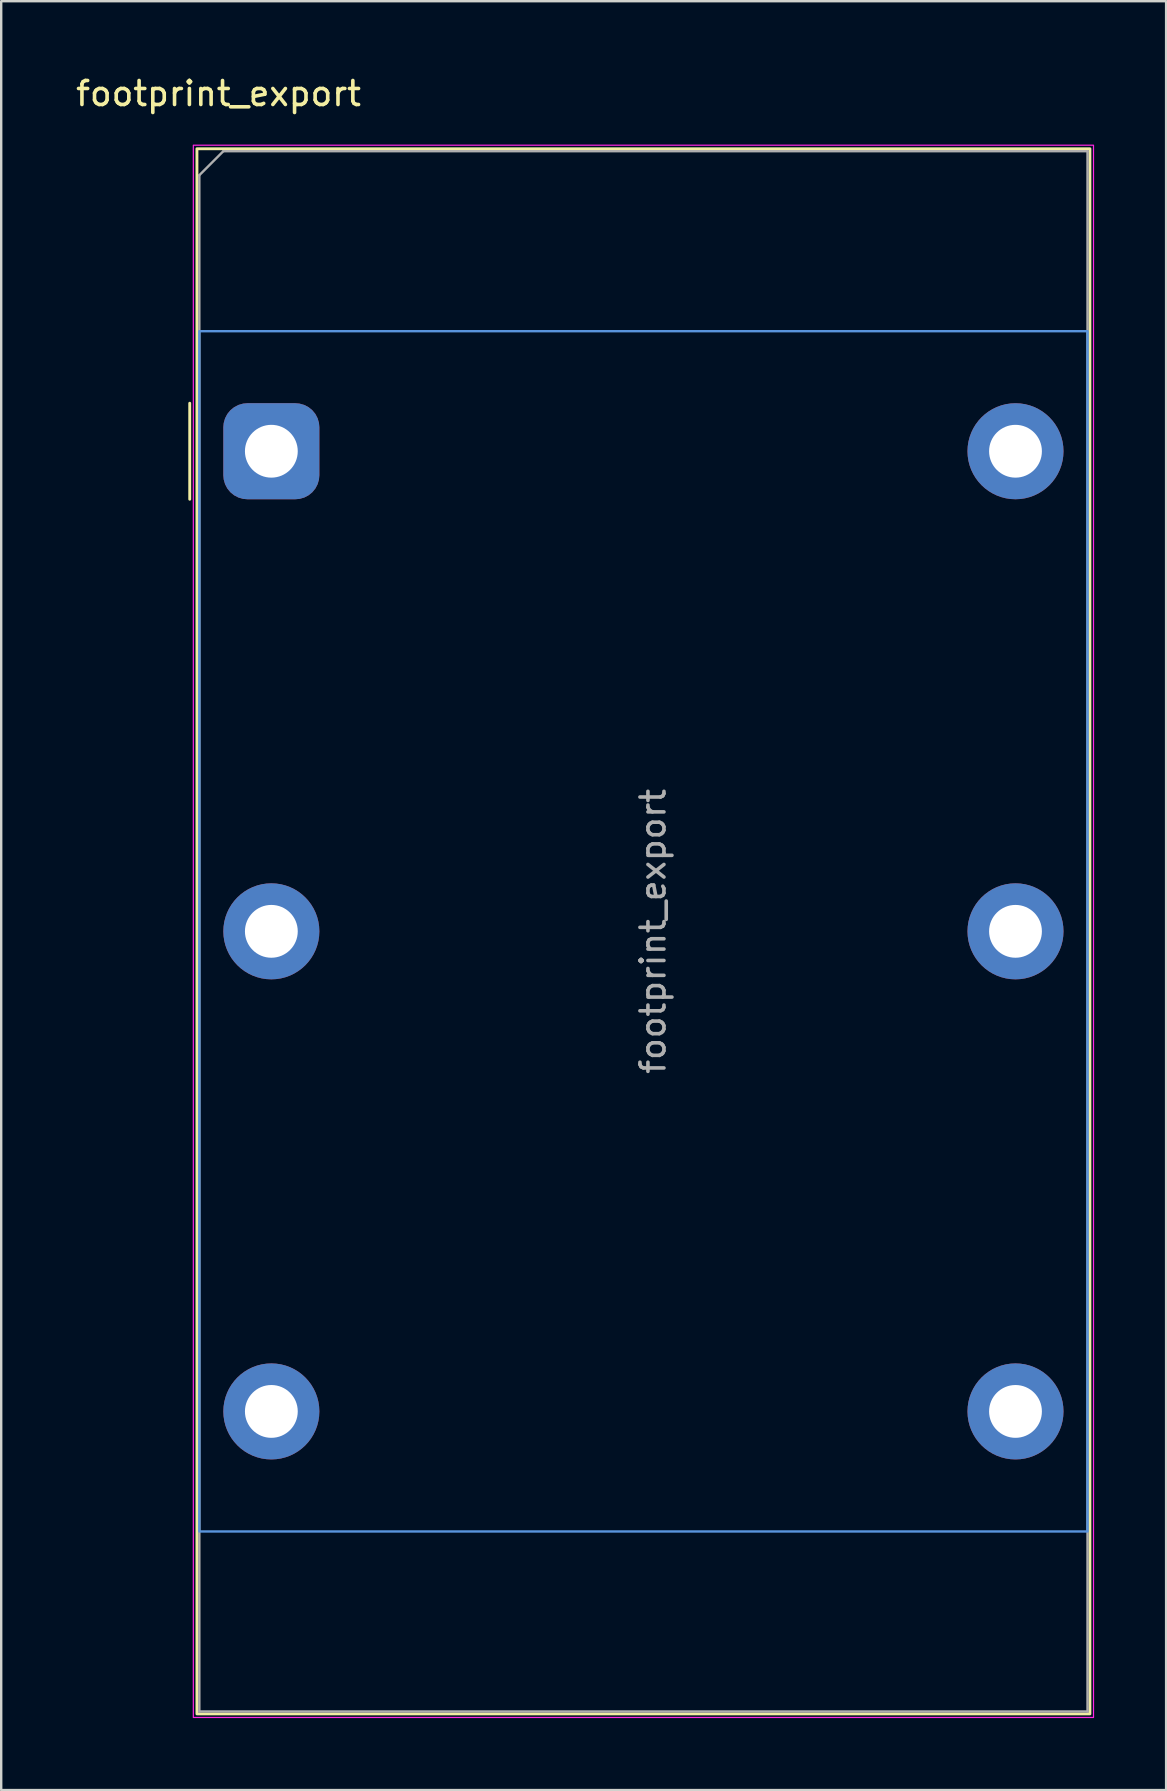
<source format=kicad_pcb>
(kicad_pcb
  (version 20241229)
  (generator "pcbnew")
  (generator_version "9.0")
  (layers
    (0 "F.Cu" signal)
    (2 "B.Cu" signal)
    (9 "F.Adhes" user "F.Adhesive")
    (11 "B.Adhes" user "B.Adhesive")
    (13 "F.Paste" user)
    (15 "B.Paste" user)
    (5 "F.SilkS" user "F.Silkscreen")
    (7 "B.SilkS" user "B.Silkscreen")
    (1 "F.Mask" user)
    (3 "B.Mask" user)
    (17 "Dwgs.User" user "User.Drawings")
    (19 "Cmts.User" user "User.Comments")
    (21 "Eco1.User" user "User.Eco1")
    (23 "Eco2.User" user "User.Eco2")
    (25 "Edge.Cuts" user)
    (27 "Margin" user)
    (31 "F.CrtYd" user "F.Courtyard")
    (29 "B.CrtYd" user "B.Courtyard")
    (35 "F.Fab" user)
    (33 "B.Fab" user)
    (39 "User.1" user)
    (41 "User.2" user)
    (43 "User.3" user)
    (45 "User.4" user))
  (footprint "footprint_export"
    (layer "F.Cu")
    (at 8.254 15.748)
    (property "Reference" "footprint_export" (at -2.2 -14.9 0) (layer "F.SilkS") (effects (font (size 1 1) (thickness 0.15))))
    (attr through_hole)
    (fp_line (start -3.4 -2) (end -3.4 2) (stroke (width 0.12) (type default)) (layer "F.SilkS"))
    (fp_rect (start -3.1 52.6) (end 34.1 -12.6) (stroke (width 0.12) (type default)) (fill no) (layer "F.SilkS"))
    (fp_rect (start -3 45) (end 34 -5) (stroke (width 0.1) (type default)) (fill no) (layer "Cmts.User"))
    (fp_rect (start -3.25 52.75) (end 34.25 -12.75) (stroke (width 0.05) (type default)) (fill no) (layer "F.CrtYd"))
    (fp_line (start -3 -11.5) (end -3 52.5) (stroke (width 0.1) (type default)) (layer "F.Fab"))
    (fp_line (start -3 -11.5) (end -2 -12.5) (stroke (width 0.1) (type default)) (layer "F.Fab"))
    (fp_line (start -3 52.5) (end 34 52.5) (stroke (width 0.1) (type default)) (layer "F.Fab"))
    (fp_line (start 34 -12.5) (end -2 -12.5) (stroke (width 0.1) (type default)) (layer "F.Fab"))
    (fp_line (start 34 -12.5) (end 34 52.5) (stroke (width 0.1) (type default)) (layer "F.Fab"))
    (fp_text user "${REFERENCE}" (at 15.9 20 90) (layer "F.Fab") (effects (font (size 1 1) (thickness 0.15))))
    (pad "1" thru_hole roundrect (at 0 0 90) (size 4 4) (drill 2.2) (layers "*.Cu" "*.Mask") (roundrect_rratio 0.25))
    (pad "2" thru_hole circle (at 0 20 90) (size 4 4) (drill 2.2) (layers "*.Cu" "*.Mask"))
    (pad "3" thru_hole circle (at 0 40 90) (size 4 4) (drill 2.2) (layers "*.Cu" "*.Mask"))
    (pad "4" thru_hole circle (at 31 40 90) (size 4 4) (drill 2.2) (layers "*.Cu" "*.Mask"))
    (pad "5" thru_hole circle (at 31 20 90) (size 4 4) (drill 2.2) (layers "*.Cu" "*.Mask"))
    (pad "6" thru_hole circle (at 31 0 90) (size 4 4) (drill 2.2) (layers "*.Cu" "*.Mask")))
  (gr_rect
    (start -3 -3)
    (end 45.529 71.523)
    (stroke (width 0.1) (type default))
    (fill no)
    (layer "Edge.Cuts")))
</source>
